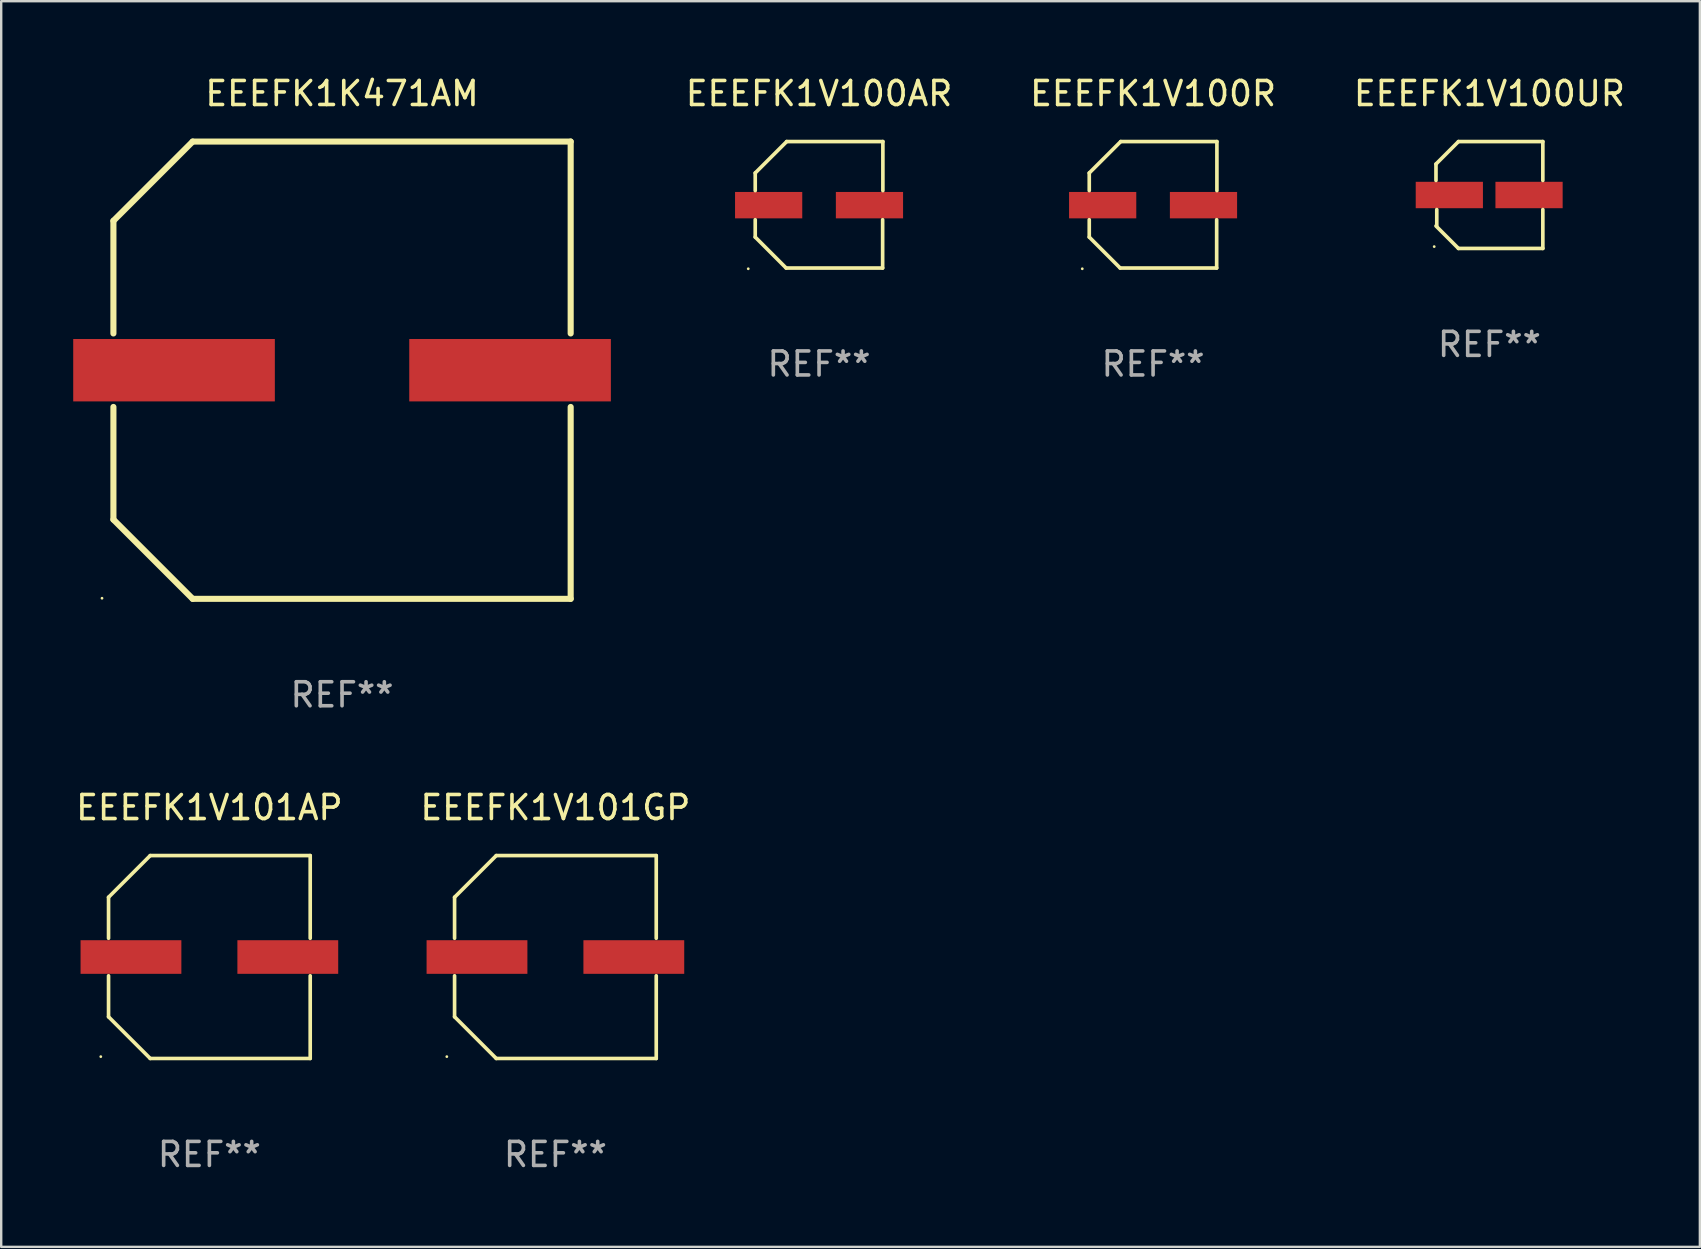
<source format=kicad_pcb>
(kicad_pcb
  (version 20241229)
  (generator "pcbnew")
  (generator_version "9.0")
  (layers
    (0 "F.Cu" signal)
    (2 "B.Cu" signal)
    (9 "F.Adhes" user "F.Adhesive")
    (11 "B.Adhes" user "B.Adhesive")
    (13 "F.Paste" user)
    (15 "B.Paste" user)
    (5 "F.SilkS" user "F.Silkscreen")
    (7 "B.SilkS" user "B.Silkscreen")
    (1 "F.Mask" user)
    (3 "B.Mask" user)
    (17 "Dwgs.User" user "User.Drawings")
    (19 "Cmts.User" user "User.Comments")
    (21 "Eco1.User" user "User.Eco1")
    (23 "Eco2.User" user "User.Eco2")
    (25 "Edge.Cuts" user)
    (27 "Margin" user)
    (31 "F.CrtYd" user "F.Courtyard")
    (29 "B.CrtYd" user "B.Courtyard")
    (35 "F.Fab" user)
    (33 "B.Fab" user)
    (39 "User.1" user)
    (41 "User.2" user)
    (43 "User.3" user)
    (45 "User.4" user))
  (footprint "EEEFK1V100UR"
    (layer "F.Cu")
    (at 59.001 5.074)
    (property "Reference" "EEEFK1V100UR" (at 0 -4.226 0) (layer "F.SilkS") (effects (font (size 1 1) (thickness 0.15))))
    (attr through_hole)
    (fp_line (start -2.226 -1.29) (end -2.226 -0.607) (stroke (width 0.152) (type solid)) (layer "F.SilkS"))
    (fp_line (start -2.193 1.29) (end -2.193 0.607) (stroke (width 0.152) (type solid)) (layer "F.SilkS"))
    (fp_line (start -1.29 2.226) (end -2.226 1.29) (stroke (width 0.152) (type solid)) (layer "F.SilkS"))
    (fp_line (start -1.29 -2.226) (end -2.226 -1.29) (stroke (width 0.152) (type solid)) (layer "F.SilkS"))
    (fp_line (start 2.226 -2.226) (end -1.29 -2.226) (stroke (width 0.152) (type solid)) (layer "F.SilkS"))
    (fp_line (start 2.226 -0.607) (end 2.226 -2.226) (stroke (width 0.152) (type solid)) (layer "F.SilkS"))
    (fp_line (start 2.226 0.607) (end 2.226 2.226) (stroke (width 0.152) (type solid)) (layer "F.SilkS"))
    (fp_line (start 2.226 2.226) (end -1.29 2.226) (stroke (width 0.152) (type solid)) (layer "F.SilkS"))
    (fp_circle (center -2.3 2.15) (end -2.27 2.15) (stroke (width 0.06) (type solid)) (fill no) (layer "F.SilkS"))
    (fp_text user "REF**" (at 0 6.226 0) (layer "F.Fab") (effects (font (size 1 1) (thickness 0.15))))
    (pad "1" smd rect (at -1.67 -0.000025) (size 2.8 1.1) (layers "F.Cu" "F.Mask" "F.Paste"))
    (pad "2" smd rect (at 1.651 -0.000025) (size 2.8 1.1) (layers "F.Cu" "F.Mask" "F.Paste")))
  (footprint "EEEFK1V101GP"
    (layer "F.Cu")
    (at 20.089 36.821)
    (property "Reference" "EEEFK1V101GP" (at 0 -6.226 0) (layer "F.SilkS") (effects (font (size 1 1) (thickness 0.15))))
    (attr through_hole)
    (fp_line (start -4.201 -2.49) (end -4.201 -0.782) (stroke (width 0.152) (type solid)) (layer "F.SilkS"))
    (fp_line (start -4.201 2.49) (end -4.201 0.782) (stroke (width 0.152) (type solid)) (layer "F.SilkS"))
    (fp_line (start -2.465 -4.226) (end -4.201 -2.49) (stroke (width 0.152) (type solid)) (layer "F.SilkS"))
    (fp_line (start -2.465 4.226) (end -4.201 2.49) (stroke (width 0.152) (type solid)) (layer "F.SilkS"))
    (fp_line (start 4.201 -4.226) (end -2.465 -4.226) (stroke (width 0.152) (type solid)) (layer "F.SilkS"))
    (fp_line (start 4.201 -0.782) (end 4.201 -4.226) (stroke (width 0.152) (type solid)) (layer "F.SilkS"))
    (fp_line (start 4.201 0.782) (end 4.201 4.226) (stroke (width 0.152) (type solid)) (layer "F.SilkS"))
    (fp_line (start 4.201 4.226) (end -2.465 4.226) (stroke (width 0.152) (type solid)) (layer "F.SilkS"))
    (fp_circle (center -4.524 4.15) (end -4.494 4.15) (stroke (width 0.06) (type solid)) (fill no) (layer "F.SilkS"))
    (fp_text user "REF**" (at 0 8.226 0) (layer "F.Fab") (effects (font (size 1 1) (thickness 0.15))))
    (pad "1" smd rect (at -3.267 0) (size 4.2 1.4) (layers "F.Cu" "F.Mask" "F.Paste"))
    (pad "2" smd rect (at 3.267 0) (size 4.2 1.4) (layers "F.Cu" "F.Mask" "F.Paste")))
  (footprint "EEEFK1V100R"
    (layer "F.Cu")
    (at 44.989 5.482)
    (property "Reference" "EEEFK1V100R" (at 0 -4.634 0) (layer "F.SilkS") (effects (font (size 1 1) (thickness 0.15))))
    (attr through_hole)
    (fp_line (start -2.659 -1.326) (end -2.659 -0.592) (stroke (width 0.152) (type solid)) (layer "F.SilkS"))
    (fp_line (start -2.659 1.346) (end -2.659 0.622) (stroke (width 0.152) (type solid)) (layer "F.SilkS"))
    (fp_line (start -1.372 2.634) (end -2.659 1.346) (stroke (width 0.152) (type solid)) (layer "F.SilkS"))
    (fp_line (start -1.349 -2.634) (end -2.659 -1.326) (stroke (width 0.152) (type solid)) (layer "F.SilkS"))
    (fp_line (start 2.649 0.622) (end 2.649 2.634) (stroke (width 0.152) (type solid)) (layer "F.SilkS"))
    (fp_line (start 2.649 2.634) (end -1.372 2.634) (stroke (width 0.152) (type solid)) (layer "F.SilkS"))
    (fp_line (start 2.659 -2.634) (end -1.349 -2.634) (stroke (width 0.152) (type solid)) (layer "F.SilkS"))
    (fp_line (start 2.659 -0.592) (end 2.659 -2.634) (stroke (width 0.152) (type solid)) (layer "F.SilkS"))
    (fp_circle (center -2.95 2.665) (end -2.92 2.665) (stroke (width 0.06) (type solid)) (fill no) (layer "F.SilkS"))
    (fp_text user "REF**" (at 0 6.634 0) (layer "F.Fab") (effects (font (size 1 1) (thickness 0.15))))
    (pad "1" smd rect (at -2.1 0.015) (size 2.8 1.1) (layers "F.Cu" "F.Mask" "F.Paste"))
    (pad "2" smd rect (at 2.1 0.015) (size 2.8 1.1) (layers "F.Cu" "F.Mask" "F.Paste")))
  (footprint "EEEFK1K471AM"
    (layer "F.Cu")
    (at 11.2 12.373)
    (property "Reference" "EEEFK1K471AM" (at 0 -11.525 0) (layer "F.SilkS") (effects (font (size 1 1) (thickness 0.15))))
    (attr through_hole)
    (fp_line (start -9.525 -6.223) (end -9.525 -1.531) (stroke (width 0.254) (type solid)) (layer "F.SilkS"))
    (fp_line (start -9.525 1.531) (end -9.525 6.223) (stroke (width 0.254) (type solid)) (layer "F.SilkS"))
    (fp_line (start -9.525 6.223) (end -6.223 9.525) (stroke (width 0.254) (type solid)) (layer "F.SilkS"))
    (fp_line (start -6.223 -9.525) (end -9.525 -6.223) (stroke (width 0.254) (type solid)) (layer "F.SilkS"))
    (fp_line (start -6.223 9.525) (end 9.525 9.525) (stroke (width 0.254) (type solid)) (layer "F.SilkS"))
    (fp_line (start 9.525 -9.525) (end -6.223 -9.525) (stroke (width 0.254) (type solid)) (layer "F.SilkS"))
    (fp_line (start 9.525 -1.531) (end 9.525 -9.525) (stroke (width 0.254) (type solid)) (layer "F.SilkS"))
    (fp_line (start 9.525 9.525) (end 9.525 1.531) (stroke (width 0.254) (type solid)) (layer "F.SilkS"))
    (fp_circle (center -10 9.5) (end -9.97 9.5) (stroke (width 0.06) (type solid)) (fill no) (layer "F.SilkS"))
    (fp_text user "REF**" (at 0 13.525 0) (layer "F.Fab") (effects (font (size 1 1) (thickness 0.15))))
    (pad "1" smd rect (at -7 0.000102) (size 8.4 2.6) (layers "F.Cu" "F.Mask" "F.Paste"))
    (pad "2" smd rect (at 7 0.000102) (size 8.4 2.6) (layers "F.Cu" "F.Mask" "F.Paste")))
  (footprint "EEEFK1V100AR"
    (layer "F.Cu")
    (at 31.073 5.482)
    (property "Reference" "EEEFK1V100AR" (at 0 -4.634 0) (layer "F.SilkS") (effects (font (size 1 1) (thickness 0.15))))
    (attr through_hole)
    (fp_line (start -2.659 -1.326) (end -2.659 -0.592) (stroke (width 0.152) (type solid)) (layer "F.SilkS"))
    (fp_line (start -2.659 1.346) (end -2.659 0.622) (stroke (width 0.152) (type solid)) (layer "F.SilkS"))
    (fp_line (start -1.372 2.634) (end -2.659 1.346) (stroke (width 0.152) (type solid)) (layer "F.SilkS"))
    (fp_line (start -1.349 -2.634) (end -2.659 -1.326) (stroke (width 0.152) (type solid)) (layer "F.SilkS"))
    (fp_line (start 2.649 0.622) (end 2.649 2.634) (stroke (width 0.152) (type solid)) (layer "F.SilkS"))
    (fp_line (start 2.649 2.634) (end -1.372 2.634) (stroke (width 0.152) (type solid)) (layer "F.SilkS"))
    (fp_line (start 2.659 -2.634) (end -1.349 -2.634) (stroke (width 0.152) (type solid)) (layer "F.SilkS"))
    (fp_line (start 2.659 -0.592) (end 2.659 -2.634) (stroke (width 0.152) (type solid)) (layer "F.SilkS"))
    (fp_circle (center -2.95 2.665) (end -2.92 2.665) (stroke (width 0.06) (type solid)) (fill no) (layer "F.SilkS"))
    (fp_text user "REF**" (at 0 6.634 0) (layer "F.Fab") (effects (font (size 1 1) (thickness 0.15))))
    (pad "1" smd rect (at -2.1 0.015) (size 2.8 1.1) (layers "F.Cu" "F.Mask" "F.Paste"))
    (pad "2" smd rect (at 2.1 0.015) (size 2.8 1.1) (layers "F.Cu" "F.Mask" "F.Paste")))
  (footprint "EEEFK1V101AP"
    (layer "F.Cu")
    (at 5.673 36.821)
    (property "Reference" "EEEFK1V101AP" (at 0 -6.226 0) (layer "F.SilkS") (effects (font (size 1 1) (thickness 0.15))))
    (attr through_hole)
    (fp_line (start -4.201 -2.49) (end -4.201 -0.782) (stroke (width 0.152) (type solid)) (layer "F.SilkS"))
    (fp_line (start -4.201 2.49) (end -4.201 0.782) (stroke (width 0.152) (type solid)) (layer "F.SilkS"))
    (fp_line (start -2.465 -4.226) (end -4.201 -2.49) (stroke (width 0.152) (type solid)) (layer "F.SilkS"))
    (fp_line (start -2.465 4.226) (end -4.201 2.49) (stroke (width 0.152) (type solid)) (layer "F.SilkS"))
    (fp_line (start 4.201 -4.226) (end -2.465 -4.226) (stroke (width 0.152) (type solid)) (layer "F.SilkS"))
    (fp_line (start 4.201 -0.782) (end 4.201 -4.226) (stroke (width 0.152) (type solid)) (layer "F.SilkS"))
    (fp_line (start 4.201 0.782) (end 4.201 4.226) (stroke (width 0.152) (type solid)) (layer "F.SilkS"))
    (fp_line (start 4.201 4.226) (end -2.465 4.226) (stroke (width 0.152) (type solid)) (layer "F.SilkS"))
    (fp_circle (center -4.524 4.15) (end -4.494 4.15) (stroke (width 0.06) (type solid)) (fill no) (layer "F.SilkS"))
    (fp_text user "REF**" (at 0 8.226 0) (layer "F.Fab") (effects (font (size 1 1) (thickness 0.15))))
    (pad "1" smd rect (at -3.267 0) (size 4.2 1.4) (layers "F.Cu" "F.Mask" "F.Paste"))
    (pad "2" smd rect (at 3.267 0) (size 4.2 1.4) (layers "F.Cu" "F.Mask" "F.Paste")))
  (gr_rect
    (start -3 -3)
    (end 67.769 48.896)
    (stroke (width 0.1) (type default))
    (fill no)
    (layer "Edge.Cuts")))
</source>
